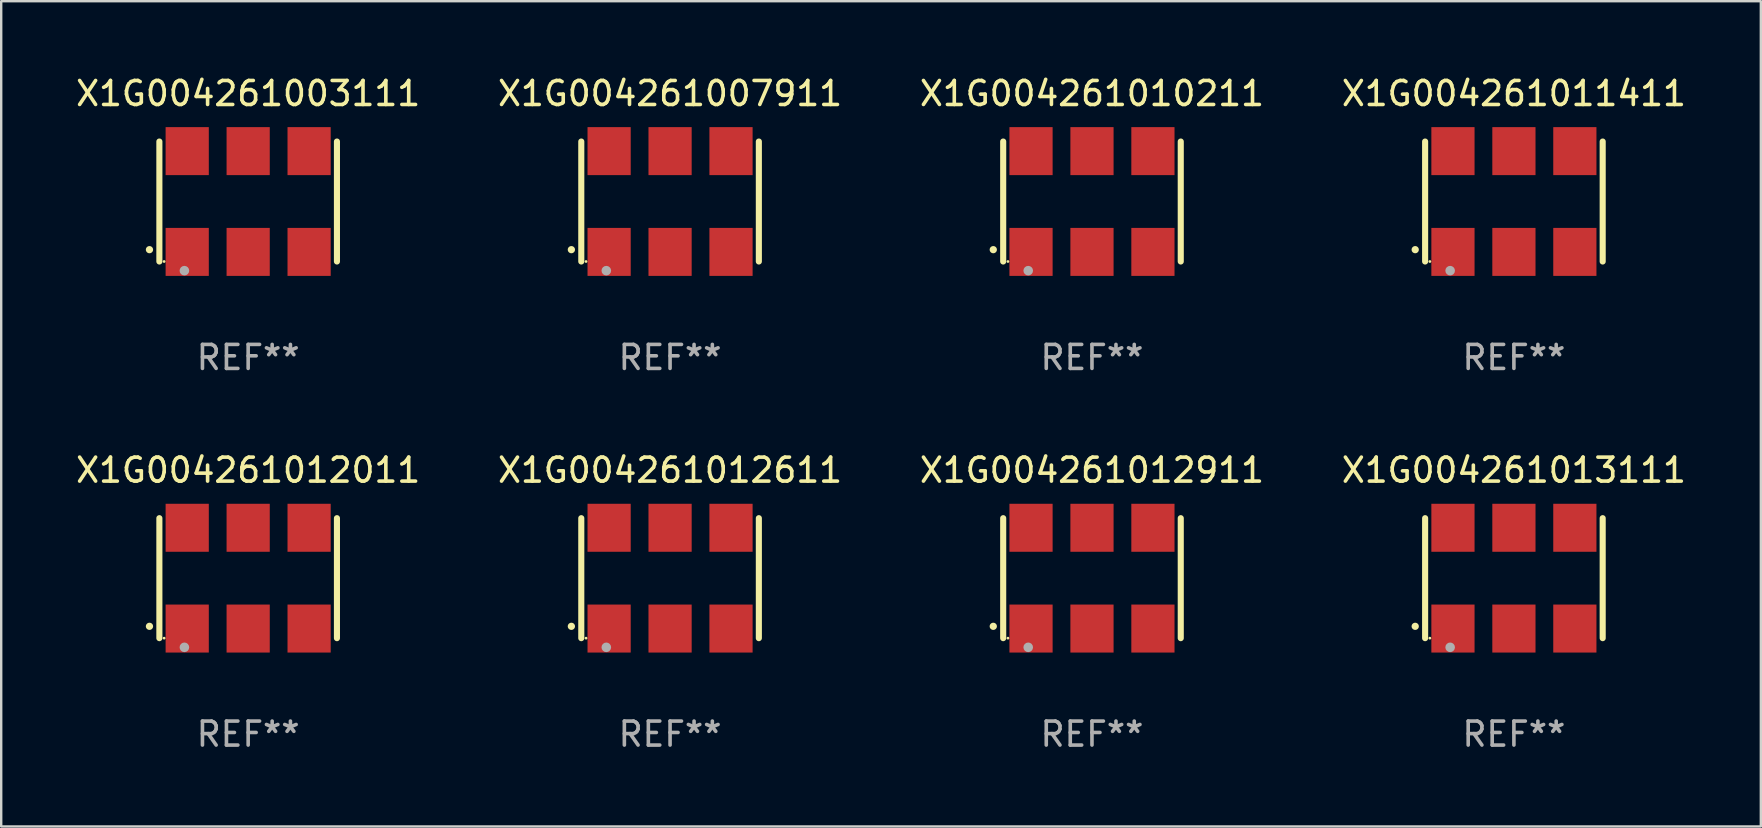
<source format=kicad_pcb>
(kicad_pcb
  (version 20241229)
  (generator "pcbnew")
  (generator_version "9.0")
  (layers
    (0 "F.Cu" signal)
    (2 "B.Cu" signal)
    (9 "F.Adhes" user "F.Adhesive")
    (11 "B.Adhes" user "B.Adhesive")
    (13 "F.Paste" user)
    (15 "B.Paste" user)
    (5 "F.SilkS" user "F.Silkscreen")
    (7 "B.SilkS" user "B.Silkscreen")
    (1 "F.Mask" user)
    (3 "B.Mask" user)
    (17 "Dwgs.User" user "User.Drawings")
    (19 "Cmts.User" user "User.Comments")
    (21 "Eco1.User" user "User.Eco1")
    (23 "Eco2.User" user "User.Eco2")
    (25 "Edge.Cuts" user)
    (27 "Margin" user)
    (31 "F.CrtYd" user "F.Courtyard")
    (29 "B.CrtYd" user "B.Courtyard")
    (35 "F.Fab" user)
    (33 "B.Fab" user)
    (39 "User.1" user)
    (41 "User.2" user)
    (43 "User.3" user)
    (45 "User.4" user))
  (footprint "X1G004261012011"
    (layer "F.Cu")
    (at 7.292 21.045)
    (property "Reference" "X1G004261012011" (at 0 -4.5 0) (layer "F.SilkS") (effects (font (size 1 1) (thickness 0.15))))
    (attr through_hole)
    (fp_line (start -3.7 -2.5) (end -3.7 2.5) (stroke (width 0.254) (type solid)) (layer "F.SilkS"))
    (fp_line (start 3.7 -2.5) (end 3.7 2.5) (stroke (width 0.254) (type solid)) (layer "F.SilkS"))
    (fp_arc (start -4.114415 2.006604) (mid -4.113145 2.006599) (end -4.111875 2.006604) (stroke (width 0.3) (type solid)) (layer "F.SilkS"))
    (fp_circle (center -3.502 2.5) (end -3.472 2.5) (stroke (width 0.06) (type solid)) (fill no) (layer "F.SilkS"))
    (fp_circle (center -2.657 2.882) (end -2.557 2.882) (stroke (width 0.2) (type solid)) (fill no) (layer "F.Fab"))
    (fp_text user "REF**" (at 0 6.5 0) (layer "F.Fab") (effects (font (size 1 1) (thickness 0.15))))
    (pad "1" smd rect (at -2.54 2.1) (size 1.8 2) (layers "F.Cu" "F.Mask" "F.Paste"))
    (pad "2" smd rect (at 0.000394 2.1) (size 1.8 2) (layers "F.Cu" "F.Mask" "F.Paste"))
    (pad "3" smd rect (at 2.54 2.1) (size 1.8 2) (layers "F.Cu" "F.Mask" "F.Paste"))
    (pad "4" smd rect (at 2.54 -2.1) (size 1.8 2) (layers "F.Cu" "F.Mask" "F.Paste"))
    (pad "5" smd rect (at 0.000394 -2.1) (size 1.8 2) (layers "F.Cu" "F.Mask" "F.Paste"))
    (pad "6" smd rect (at -2.54 -2.1) (size 1.8 2) (layers "F.Cu" "F.Mask" "F.Paste")))
  (footprint "X1G004261010211"
    (layer "F.Cu")
    (at 42.458 5.348)
    (property "Reference" "X1G004261010211" (at 0 -4.5 0) (layer "F.SilkS") (effects (font (size 1 1) (thickness 0.15))))
    (attr through_hole)
    (fp_line (start -3.7 -2.5) (end -3.7 2.5) (stroke (width 0.254) (type solid)) (layer "F.SilkS"))
    (fp_line (start 3.7 -2.5) (end 3.7 2.5) (stroke (width 0.254) (type solid)) (layer "F.SilkS"))
    (fp_arc (start -4.114415 2.006604) (mid -4.113145 2.006599) (end -4.111875 2.006604) (stroke (width 0.3) (type solid)) (layer "F.SilkS"))
    (fp_circle (center -3.502 2.5) (end -3.472 2.5) (stroke (width 0.06) (type solid)) (fill no) (layer "F.SilkS"))
    (fp_circle (center -2.657 2.882) (end -2.557 2.882) (stroke (width 0.2) (type solid)) (fill no) (layer "F.Fab"))
    (fp_text user "REF**" (at 0 6.5 0) (layer "F.Fab") (effects (font (size 1 1) (thickness 0.15))))
    (pad "1" smd rect (at -2.54 2.1) (size 1.8 2) (layers "F.Cu" "F.Mask" "F.Paste"))
    (pad "2" smd rect (at 0.000394 2.1) (size 1.8 2) (layers "F.Cu" "F.Mask" "F.Paste"))
    (pad "3" smd rect (at 2.54 2.1) (size 1.8 2) (layers "F.Cu" "F.Mask" "F.Paste"))
    (pad "4" smd rect (at 2.54 -2.1) (size 1.8 2) (layers "F.Cu" "F.Mask" "F.Paste"))
    (pad "5" smd rect (at 0.000394 -2.1) (size 1.8 2) (layers "F.Cu" "F.Mask" "F.Paste"))
    (pad "6" smd rect (at -2.54 -2.1) (size 1.8 2) (layers "F.Cu" "F.Mask" "F.Paste")))
  (footprint "X1G004261003111"
    (layer "F.Cu")
    (at 7.292 5.348)
    (property "Reference" "X1G004261003111" (at 0 -4.5 0) (layer "F.SilkS") (effects (font (size 1 1) (thickness 0.15))))
    (attr through_hole)
    (fp_line (start -3.7 -2.5) (end -3.7 2.5) (stroke (width 0.254) (type solid)) (layer "F.SilkS"))
    (fp_line (start 3.7 -2.5) (end 3.7 2.5) (stroke (width 0.254) (type solid)) (layer "F.SilkS"))
    (fp_arc (start -4.114415 2.006604) (mid -4.113145 2.006599) (end -4.111875 2.006604) (stroke (width 0.3) (type solid)) (layer "F.SilkS"))
    (fp_circle (center -3.502 2.5) (end -3.472 2.5) (stroke (width 0.06) (type solid)) (fill no) (layer "F.SilkS"))
    (fp_circle (center -2.657 2.882) (end -2.557 2.882) (stroke (width 0.2) (type solid)) (fill no) (layer "F.Fab"))
    (fp_text user "REF**" (at 0 6.5 0) (layer "F.Fab") (effects (font (size 1 1) (thickness 0.15))))
    (pad "1" smd rect (at -2.54 2.1) (size 1.8 2) (layers "F.Cu" "F.Mask" "F.Paste"))
    (pad "2" smd rect (at 0.000394 2.1) (size 1.8 2) (layers "F.Cu" "F.Mask" "F.Paste"))
    (pad "3" smd rect (at 2.54 2.1) (size 1.8 2) (layers "F.Cu" "F.Mask" "F.Paste"))
    (pad "4" smd rect (at 2.54 -2.1) (size 1.8 2) (layers "F.Cu" "F.Mask" "F.Paste"))
    (pad "5" smd rect (at 0.000394 -2.1) (size 1.8 2) (layers "F.Cu" "F.Mask" "F.Paste"))
    (pad "6" smd rect (at -2.54 -2.1) (size 1.8 2) (layers "F.Cu" "F.Mask" "F.Paste")))
  (footprint "X1G004261012611"
    (layer "F.Cu")
    (at 24.875 21.045)
    (property "Reference" "X1G004261012611" (at 0 -4.5 0) (layer "F.SilkS") (effects (font (size 1 1) (thickness 0.15))))
    (attr through_hole)
    (fp_line (start -3.7 -2.5) (end -3.7 2.5) (stroke (width 0.254) (type solid)) (layer "F.SilkS"))
    (fp_line (start 3.7 -2.5) (end 3.7 2.5) (stroke (width 0.254) (type solid)) (layer "F.SilkS"))
    (fp_arc (start -4.114415 2.006604) (mid -4.113145 2.006599) (end -4.111875 2.006604) (stroke (width 0.3) (type solid)) (layer "F.SilkS"))
    (fp_circle (center -3.502 2.5) (end -3.472 2.5) (stroke (width 0.06) (type solid)) (fill no) (layer "F.SilkS"))
    (fp_circle (center -2.657 2.882) (end -2.557 2.882) (stroke (width 0.2) (type solid)) (fill no) (layer "F.Fab"))
    (fp_text user "REF**" (at 0 6.5 0) (layer "F.Fab") (effects (font (size 1 1) (thickness 0.15))))
    (pad "1" smd rect (at -2.54 2.1) (size 1.8 2) (layers "F.Cu" "F.Mask" "F.Paste"))
    (pad "2" smd rect (at 0.000394 2.1) (size 1.8 2) (layers "F.Cu" "F.Mask" "F.Paste"))
    (pad "3" smd rect (at 2.54 2.1) (size 1.8 2) (layers "F.Cu" "F.Mask" "F.Paste"))
    (pad "4" smd rect (at 2.54 -2.1) (size 1.8 2) (layers "F.Cu" "F.Mask" "F.Paste"))
    (pad "5" smd rect (at 0.000394 -2.1) (size 1.8 2) (layers "F.Cu" "F.Mask" "F.Paste"))
    (pad "6" smd rect (at -2.54 -2.1) (size 1.8 2) (layers "F.Cu" "F.Mask" "F.Paste")))
  (footprint "X1G004261013111"
    (layer "F.Cu")
    (at 60.042 21.045)
    (property "Reference" "X1G004261013111" (at 0 -4.5 0) (layer "F.SilkS") (effects (font (size 1 1) (thickness 0.15))))
    (attr through_hole)
    (fp_line (start -3.7 -2.5) (end -3.7 2.5) (stroke (width 0.254) (type solid)) (layer "F.SilkS"))
    (fp_line (start 3.7 -2.5) (end 3.7 2.5) (stroke (width 0.254) (type solid)) (layer "F.SilkS"))
    (fp_arc (start -4.114415 2.006604) (mid -4.113145 2.006599) (end -4.111875 2.006604) (stroke (width 0.3) (type solid)) (layer "F.SilkS"))
    (fp_circle (center -3.502 2.5) (end -3.472 2.5) (stroke (width 0.06) (type solid)) (fill no) (layer "F.SilkS"))
    (fp_circle (center -2.657 2.882) (end -2.557 2.882) (stroke (width 0.2) (type solid)) (fill no) (layer "F.Fab"))
    (fp_text user "REF**" (at 0 6.5 0) (layer "F.Fab") (effects (font (size 1 1) (thickness 0.15))))
    (pad "1" smd rect (at -2.54 2.1) (size 1.8 2) (layers "F.Cu" "F.Mask" "F.Paste"))
    (pad "2" smd rect (at 0.000394 2.1) (size 1.8 2) (layers "F.Cu" "F.Mask" "F.Paste"))
    (pad "3" smd rect (at 2.54 2.1) (size 1.8 2) (layers "F.Cu" "F.Mask" "F.Paste"))
    (pad "4" smd rect (at 2.54 -2.1) (size 1.8 2) (layers "F.Cu" "F.Mask" "F.Paste"))
    (pad "5" smd rect (at 0.000394 -2.1) (size 1.8 2) (layers "F.Cu" "F.Mask" "F.Paste"))
    (pad "6" smd rect (at -2.54 -2.1) (size 1.8 2) (layers "F.Cu" "F.Mask" "F.Paste")))
  (footprint "X1G004261012911"
    (layer "F.Cu")
    (at 42.458 21.045)
    (property "Reference" "X1G004261012911" (at 0 -4.5 0) (layer "F.SilkS") (effects (font (size 1 1) (thickness 0.15))))
    (attr through_hole)
    (fp_line (start -3.7 -2.5) (end -3.7 2.5) (stroke (width 0.254) (type solid)) (layer "F.SilkS"))
    (fp_line (start 3.7 -2.5) (end 3.7 2.5) (stroke (width 0.254) (type solid)) (layer "F.SilkS"))
    (fp_arc (start -4.114415 2.006604) (mid -4.113145 2.006599) (end -4.111875 2.006604) (stroke (width 0.3) (type solid)) (layer "F.SilkS"))
    (fp_circle (center -3.502 2.5) (end -3.472 2.5) (stroke (width 0.06) (type solid)) (fill no) (layer "F.SilkS"))
    (fp_circle (center -2.657 2.882) (end -2.557 2.882) (stroke (width 0.2) (type solid)) (fill no) (layer "F.Fab"))
    (fp_text user "REF**" (at 0 6.5 0) (layer "F.Fab") (effects (font (size 1 1) (thickness 0.15))))
    (pad "1" smd rect (at -2.54 2.1) (size 1.8 2) (layers "F.Cu" "F.Mask" "F.Paste"))
    (pad "2" smd rect (at 0.000394 2.1) (size 1.8 2) (layers "F.Cu" "F.Mask" "F.Paste"))
    (pad "3" smd rect (at 2.54 2.1) (size 1.8 2) (layers "F.Cu" "F.Mask" "F.Paste"))
    (pad "4" smd rect (at 2.54 -2.1) (size 1.8 2) (layers "F.Cu" "F.Mask" "F.Paste"))
    (pad "5" smd rect (at 0.000394 -2.1) (size 1.8 2) (layers "F.Cu" "F.Mask" "F.Paste"))
    (pad "6" smd rect (at -2.54 -2.1) (size 1.8 2) (layers "F.Cu" "F.Mask" "F.Paste")))
  (footprint "X1G004261011411"
    (layer "F.Cu")
    (at 60.042 5.348)
    (property "Reference" "X1G004261011411" (at 0 -4.5 0) (layer "F.SilkS") (effects (font (size 1 1) (thickness 0.15))))
    (attr through_hole)
    (fp_line (start -3.7 -2.5) (end -3.7 2.5) (stroke (width 0.254) (type solid)) (layer "F.SilkS"))
    (fp_line (start 3.7 -2.5) (end 3.7 2.5) (stroke (width 0.254) (type solid)) (layer "F.SilkS"))
    (fp_arc (start -4.114415 2.006604) (mid -4.113145 2.006599) (end -4.111875 2.006604) (stroke (width 0.3) (type solid)) (layer "F.SilkS"))
    (fp_circle (center -3.502 2.5) (end -3.472 2.5) (stroke (width 0.06) (type solid)) (fill no) (layer "F.SilkS"))
    (fp_circle (center -2.657 2.882) (end -2.557 2.882) (stroke (width 0.2) (type solid)) (fill no) (layer "F.Fab"))
    (fp_text user "REF**" (at 0 6.5 0) (layer "F.Fab") (effects (font (size 1 1) (thickness 0.15))))
    (pad "1" smd rect (at -2.54 2.1) (size 1.8 2) (layers "F.Cu" "F.Mask" "F.Paste"))
    (pad "2" smd rect (at 0.000394 2.1) (size 1.8 2) (layers "F.Cu" "F.Mask" "F.Paste"))
    (pad "3" smd rect (at 2.54 2.1) (size 1.8 2) (layers "F.Cu" "F.Mask" "F.Paste"))
    (pad "4" smd rect (at 2.54 -2.1) (size 1.8 2) (layers "F.Cu" "F.Mask" "F.Paste"))
    (pad "5" smd rect (at 0.000394 -2.1) (size 1.8 2) (layers "F.Cu" "F.Mask" "F.Paste"))
    (pad "6" smd rect (at -2.54 -2.1) (size 1.8 2) (layers "F.Cu" "F.Mask" "F.Paste")))
  (footprint "X1G004261007911"
    (layer "F.Cu")
    (at 24.875 5.348)
    (property "Reference" "X1G004261007911" (at 0 -4.5 0) (layer "F.SilkS") (effects (font (size 1 1) (thickness 0.15))))
    (attr through_hole)
    (fp_line (start -3.7 -2.5) (end -3.7 2.5) (stroke (width 0.254) (type solid)) (layer "F.SilkS"))
    (fp_line (start 3.7 -2.5) (end 3.7 2.5) (stroke (width 0.254) (type solid)) (layer "F.SilkS"))
    (fp_arc (start -4.114415 2.006604) (mid -4.113145 2.006599) (end -4.111875 2.006604) (stroke (width 0.3) (type solid)) (layer "F.SilkS"))
    (fp_circle (center -3.502 2.5) (end -3.472 2.5) (stroke (width 0.06) (type solid)) (fill no) (layer "F.SilkS"))
    (fp_circle (center -2.657 2.882) (end -2.557 2.882) (stroke (width 0.2) (type solid)) (fill no) (layer "F.Fab"))
    (fp_text user "REF**" (at 0 6.5 0) (layer "F.Fab") (effects (font (size 1 1) (thickness 0.15))))
    (pad "1" smd rect (at -2.54 2.1) (size 1.8 2) (layers "F.Cu" "F.Mask" "F.Paste"))
    (pad "2" smd rect (at 0.000394 2.1) (size 1.8 2) (layers "F.Cu" "F.Mask" "F.Paste"))
    (pad "3" smd rect (at 2.54 2.1) (size 1.8 2) (layers "F.Cu" "F.Mask" "F.Paste"))
    (pad "4" smd rect (at 2.54 -2.1) (size 1.8 2) (layers "F.Cu" "F.Mask" "F.Paste"))
    (pad "5" smd rect (at 0.000394 -2.1) (size 1.8 2) (layers "F.Cu" "F.Mask" "F.Paste"))
    (pad "6" smd rect (at -2.54 -2.1) (size 1.8 2) (layers "F.Cu" "F.Mask" "F.Paste")))
  (gr_rect
    (start -3 -3)
    (end 70.333 31.393)
    (stroke (width 0.1) (type default))
    (fill no)
    (layer "Edge.Cuts")))
</source>
